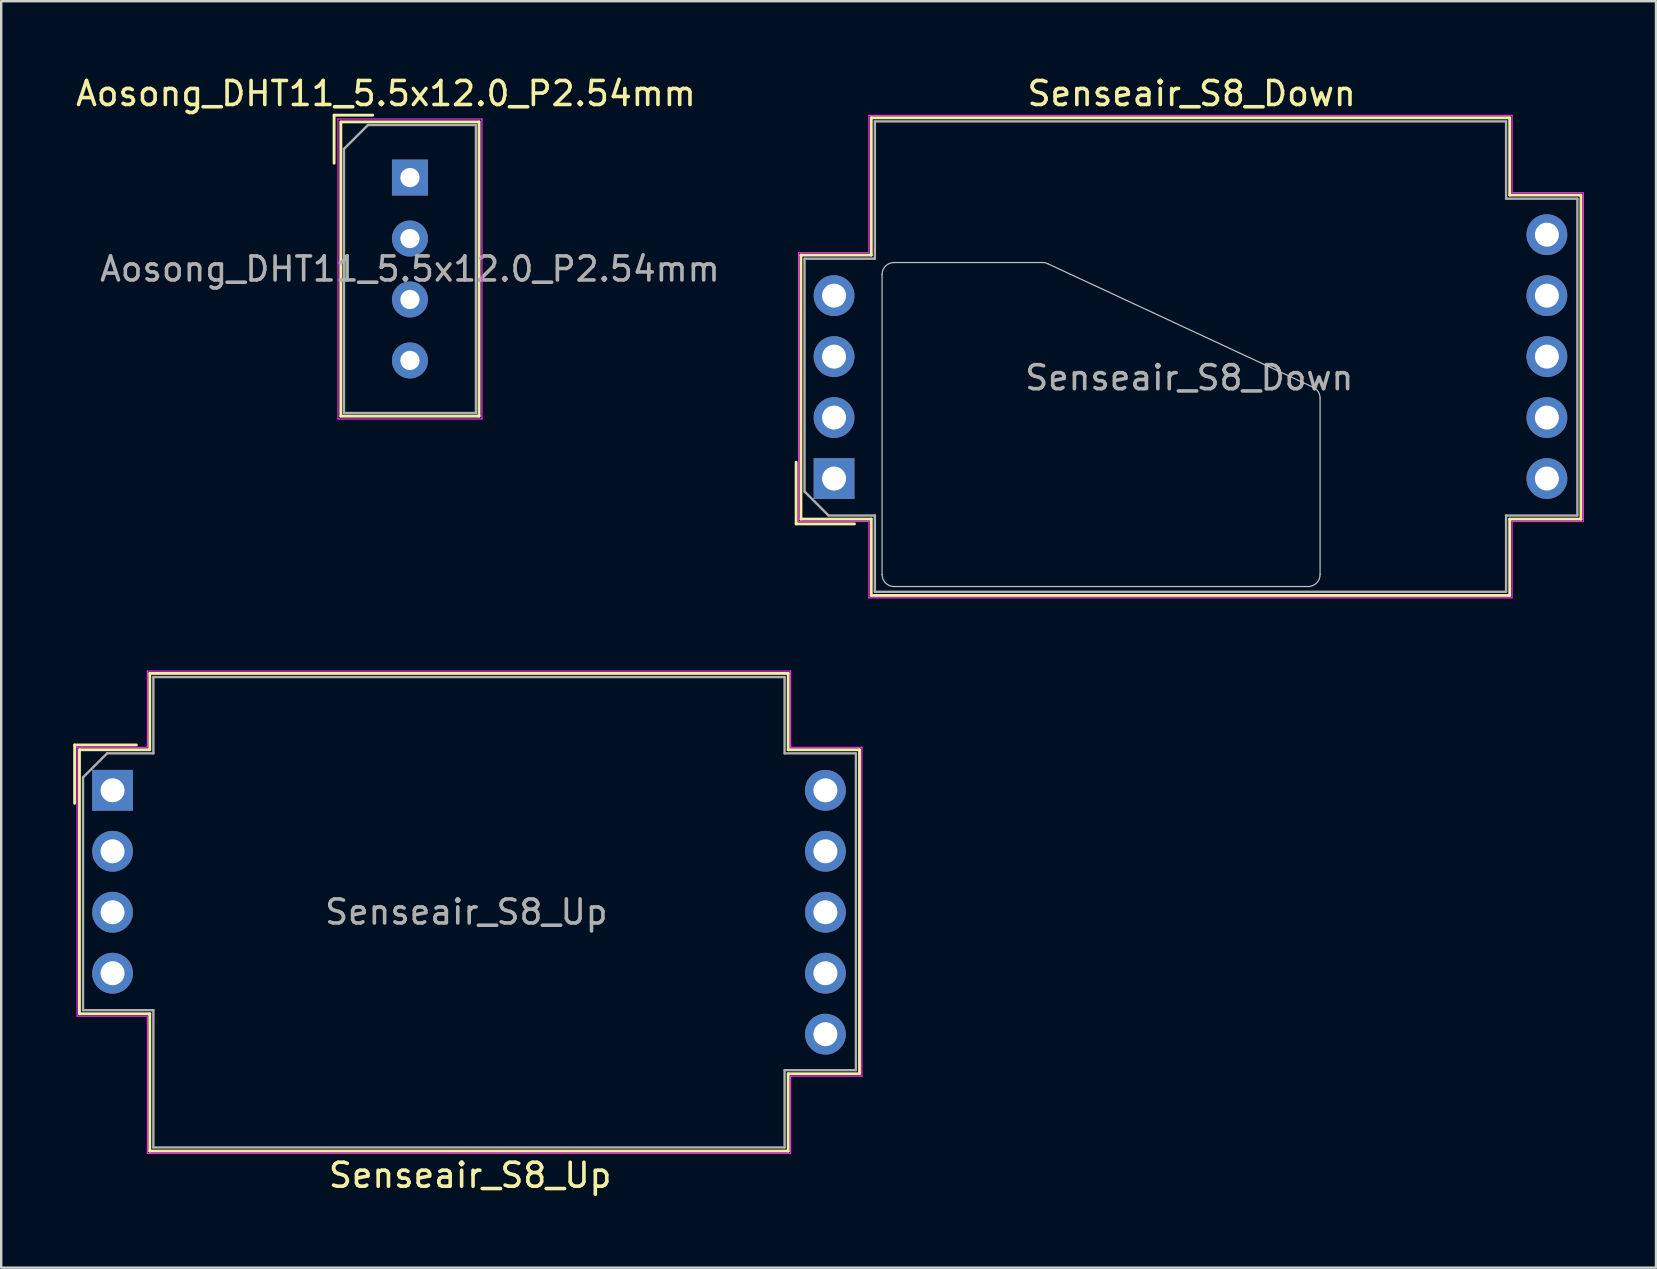
<source format=kicad_pcb>
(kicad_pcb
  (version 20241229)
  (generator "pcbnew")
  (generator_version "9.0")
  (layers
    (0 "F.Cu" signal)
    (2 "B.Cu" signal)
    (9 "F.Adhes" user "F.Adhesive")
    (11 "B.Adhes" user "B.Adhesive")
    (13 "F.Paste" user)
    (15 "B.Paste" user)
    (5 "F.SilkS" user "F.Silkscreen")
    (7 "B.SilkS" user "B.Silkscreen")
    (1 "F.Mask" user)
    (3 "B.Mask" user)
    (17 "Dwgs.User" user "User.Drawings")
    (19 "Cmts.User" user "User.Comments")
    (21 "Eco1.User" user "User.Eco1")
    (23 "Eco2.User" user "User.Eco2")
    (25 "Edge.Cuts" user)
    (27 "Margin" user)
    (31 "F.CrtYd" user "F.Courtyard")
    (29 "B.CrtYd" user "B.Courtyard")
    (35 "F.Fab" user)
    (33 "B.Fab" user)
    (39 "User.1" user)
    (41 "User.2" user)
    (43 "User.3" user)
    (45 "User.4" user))
  (footprint "Aosong_DHT11_5.5x12.0_P2.54mm"
    (layer "F.Cu")
    (at 14.03 4.348)
    (property "Reference" "Aosong_DHT11_5.5x12.0_P2.54mm" (at -1 -3.5 0) (layer "F.SilkS") (effects (font (size 1 1) (thickness 0.15))))
    (attr through_hole)
    (fp_line (start -3.16 -2.6) (end -3.16 -0.6) (stroke (width 0.12) (type solid)) (layer "F.SilkS"))
    (fp_line (start -3.16 -2.6) (end -1.55 -2.6) (stroke (width 0.12) (type solid)) (layer "F.SilkS"))
    (fp_line (start -2.88 9.94) (end -2.88 -2.31) (stroke (width 0.12) (type solid)) (layer "F.SilkS"))
    (fp_line (start -2.87 -2.32) (end 2.87 -2.32) (stroke (width 0.12) (type solid)) (layer "F.SilkS"))
    (fp_line (start 2.88 -2.32) (end 2.88 9.94) (stroke (width 0.12) (type solid)) (layer "F.SilkS"))
    (fp_line (start 2.88 9.94) (end -2.88 9.94) (stroke (width 0.12) (type solid)) (layer "F.SilkS"))
    (fp_line (start -3 -2.44) (end 3 -2.44) (stroke (width 0.05) (type solid)) (layer "F.CrtYd"))
    (fp_line (start -3 10.06) (end -3 -2.44) (stroke (width 0.05) (type solid)) (layer "F.CrtYd"))
    (fp_line (start 3 -2.44) (end 3 10.06) (stroke (width 0.05) (type solid)) (layer "F.CrtYd"))
    (fp_line (start 3 10.06) (end -3 10.06) (stroke (width 0.05) (type solid)) (layer "F.CrtYd"))
    (fp_line (start -2.75 -1.19) (end -2.75 9.81) (stroke (width 0.1) (type solid)) (layer "F.Fab"))
    (fp_line (start -2.75 -1.19) (end -1.75 -2.19) (stroke (width 0.1) (type solid)) (layer "F.Fab"))
    (fp_line (start -1.75 -2.19) (end 2.75 -2.19) (stroke (width 0.1) (type solid)) (layer "F.Fab"))
    (fp_line (start 2.75 -2.19) (end 2.75 9.81) (stroke (width 0.1) (type solid)) (layer "F.Fab"))
    (fp_line (start 2.75 9.81) (end -2.75 9.81) (stroke (width 0.1) (type solid)) (layer "F.Fab"))
    (fp_text user "${REFERENCE}" (at 0 3.81 0) (layer "F.Fab") (effects (font (size 1 1) (thickness 0.15))))
    (pad "1" thru_hole rect (at 0 0) (size 1.5 1.5) (drill 0.8) (layers "*.Cu" "*.Mask"))
    (pad "2" thru_hole circle (at 0 2.54) (size 1.5 1.5) (drill 0.8) (layers "*.Cu" "*.Mask"))
    (pad "3" thru_hole circle (at 0 5.08) (size 1.5 1.5) (drill 0.8) (layers "*.Cu" "*.Mask"))
    (pad "4" thru_hole circle (at 0 7.62) (size 1.5 1.5) (drill 0.8) (layers "*.Cu" "*.Mask")))
  (footprint "Senseair_S8_Down"
    (layer "F.Cu")
    (at 31.7 16.888)
    (property "Reference" "Senseair_S8_Down" (at 14.9 -16.04 180) (layer "F.SilkS") (effects (font (size 1 1) (thickness 0.15))))
    (attr through_hole)
    (fp_line (start -1.58 1.89) (end -1.58 -0.68) (stroke (width 0.12) (type solid)) (layer "F.SilkS"))
    (fp_line (start -1.38 -9.31) (end -1.38 1.69) (stroke (width 0.12) (type solid)) (layer "F.SilkS"))
    (fp_line (start 0.85 1.89) (end -1.58 1.89) (stroke (width 0.12) (type solid)) (layer "F.SilkS"))
    (fp_line (start 1.55 -9.31) (end -1.38 -9.31) (stroke (width 0.12) (type solid)) (layer "F.SilkS"))
    (fp_line (start 1.55 -9.31) (end 1.55 -15.03) (stroke (width 0.12) (type solid)) (layer "F.SilkS"))
    (fp_line (start 1.55 1.69) (end -1.38 1.69) (stroke (width 0.12) (type solid)) (layer "F.SilkS"))
    (fp_line (start 1.55 4.87) (end 1.55 1.69) (stroke (width 0.12) (type solid)) (layer "F.SilkS"))
    (fp_line (start 1.55 4.87) (end 28.15 4.87) (stroke (width 0.12) (type solid)) (layer "F.SilkS"))
    (fp_line (start 28.15 -15.03) (end 1.55 -15.03) (stroke (width 0.12) (type solid)) (layer "F.SilkS"))
    (fp_line (start 28.15 -15.03) (end 28.15 -11.81) (stroke (width 0.12) (type solid)) (layer "F.SilkS"))
    (fp_line (start 28.15 1.69) (end 28.15 4.87) (stroke (width 0.12) (type solid)) (layer "F.SilkS"))
    (fp_line (start 31.12 -11.81) (end 28.15 -11.81) (stroke (width 0.12) (type solid)) (layer "F.SilkS"))
    (fp_line (start 31.12 -11.81) (end 31.12 1.69) (stroke (width 0.12) (type solid)) (layer "F.SilkS"))
    (fp_line (start 31.12 1.69) (end 28.15 1.69) (stroke (width 0.12) (type solid)) (layer "F.SilkS"))
    (fp_line (start 2 -8.5) (end 2 4) (stroke (width 0.05) (type solid)) (layer "Dwgs.User"))
    (fp_line (start 2.5 4.5) (end 19.75 4.5) (stroke (width 0.05) (type solid)) (layer "Dwgs.User"))
    (fp_line (start 8.7 -9) (end 2.5 -9) (stroke (width 0.05) (type solid)) (layer "Dwgs.User"))
    (fp_line (start 19.961 -3.803) (end 8.925 -8.94) (stroke (width 0.05) (type solid)) (layer "Dwgs.User"))
    (fp_line (start 20.25 4) (end 20.25 -3.35) (stroke (width 0.05) (type solid)) (layer "Dwgs.User"))
    (fp_arc (start 2 -8.5) (mid 2.146447 -8.853553) (end 2.5 -9) (stroke (width 0.05) (type solid)) (layer "Dwgs.User"))
    (fp_arc (start 2.5 4.5) (mid 2.146447 4.353553) (end 2 4) (stroke (width 0.05) (type solid)) (layer "Dwgs.User"))
    (fp_arc (start 8.7 -9) (mid 8.816469 -8.984667) (end 8.925 -8.939711) (stroke (width 0.05) (type solid)) (layer "Dwgs.User"))
    (fp_arc (start 19.961309 -3.803154) (mid 20.171696 -3.61865) (end 20.25 -3.35) (stroke (width 0.05) (type solid)) (layer "Dwgs.User"))
    (fp_arc (start 20.25 4) (mid 20.103553 4.353553) (end 19.75 4.5) (stroke (width 0.05) (type solid)) (layer "Dwgs.User"))
    (fp_line (start -1.48 -9.41) (end -1.48 1.79) (stroke (width 0.05) (type solid)) (layer "F.CrtYd"))
    (fp_line (start 1.45 -9.41) (end -1.48 -9.41) (stroke (width 0.05) (type solid)) (layer "F.CrtYd"))
    (fp_line (start 1.45 -9.41) (end 1.45 -15.13) (stroke (width 0.05) (type solid)) (layer "F.CrtYd"))
    (fp_line (start 1.45 1.79) (end -1.48 1.79) (stroke (width 0.05) (type solid)) (layer "F.CrtYd"))
    (fp_line (start 1.45 4.97) (end 1.45 1.79) (stroke (width 0.05) (type solid)) (layer "F.CrtYd"))
    (fp_line (start 1.45 4.97) (end 28.25 4.97) (stroke (width 0.05) (type solid)) (layer "F.CrtYd"))
    (fp_line (start 28.25 -15.13) (end 1.45 -15.13) (stroke (width 0.05) (type solid)) (layer "F.CrtYd"))
    (fp_line (start 28.25 -15.13) (end 28.25 -11.91) (stroke (width 0.05) (type solid)) (layer "F.CrtYd"))
    (fp_line (start 28.25 1.79) (end 28.25 4.97) (stroke (width 0.05) (type solid)) (layer "F.CrtYd"))
    (fp_line (start 31.22 -11.91) (end 28.25 -11.91) (stroke (width 0.05) (type solid)) (layer "F.CrtYd"))
    (fp_line (start 31.22 -11.91) (end 31.22 1.79) (stroke (width 0.05) (type solid)) (layer "F.CrtYd"))
    (fp_line (start 31.22 1.79) (end 28.25 1.79) (stroke (width 0.05) (type solid)) (layer "F.CrtYd"))
    (fp_line (start -1.23 -9.16) (end -1.23 0.54) (stroke (width 0.1) (type solid)) (layer "F.Fab"))
    (fp_line (start -1.23 0.54) (end -0.23 1.54) (stroke (width 0.1) (type solid)) (layer "F.Fab"))
    (fp_line (start 1.7 -9.16) (end -1.23 -9.16) (stroke (width 0.1) (type solid)) (layer "F.Fab"))
    (fp_line (start 1.7 -9.16) (end 1.7 -14.88) (stroke (width 0.1) (type solid)) (layer "F.Fab"))
    (fp_line (start 1.7 1.54) (end -0.23 1.54) (stroke (width 0.1) (type solid)) (layer "F.Fab"))
    (fp_line (start 1.7 4.72) (end 1.7 1.54) (stroke (width 0.1) (type solid)) (layer "F.Fab"))
    (fp_line (start 1.7 4.72) (end 28 4.72) (stroke (width 0.1) (type solid)) (layer "F.Fab"))
    (fp_line (start 28 -14.88) (end 1.7 -14.88) (stroke (width 0.1) (type solid)) (layer "F.Fab"))
    (fp_line (start 28 -14.88) (end 28 -11.66) (stroke (width 0.1) (type solid)) (layer "F.Fab"))
    (fp_line (start 28 1.54) (end 28 4.72) (stroke (width 0.1) (type solid)) (layer "F.Fab"))
    (fp_line (start 30.97 -11.66) (end 28 -11.66) (stroke (width 0.1) (type solid)) (layer "F.Fab"))
    (fp_line (start 30.97 -11.66) (end 30.97 1.54) (stroke (width 0.1) (type solid)) (layer "F.Fab"))
    (fp_line (start 30.97 1.54) (end 28 1.54) (stroke (width 0.1) (type solid)) (layer "F.Fab"))
    (fp_text user "${REFERENCE}" (at 14.8 -4.2 0) (layer "F.Fab") (effects (font (size 1 1) (thickness 0.15))))
    (pad "1" thru_hole rect (at 0 0) (size 1.7 1.7) (drill 1) (layers "*.Cu" "*.Mask"))
    (pad "2" thru_hole circle (at 0 -2.54) (size 1.7 1.7) (drill 1) (layers "*.Cu" "*.Mask"))
    (pad "3" thru_hole circle (at 0 -5.08) (size 1.7 1.7) (drill 1) (layers "*.Cu" "*.Mask"))
    (pad "4" thru_hole circle (at 0 -7.62) (size 1.7 1.7) (drill 1) (layers "*.Cu" "*.Mask"))
    (pad "5" thru_hole circle (at 29.7 -10.16) (size 1.7 1.7) (drill 1) (layers "*.Cu" "*.Mask"))
    (pad "6" thru_hole circle (at 29.7 -7.62) (size 1.7 1.7) (drill 1) (layers "*.Cu" "*.Mask"))
    (pad "7" thru_hole circle (at 29.7 -5.08) (size 1.7 1.7) (drill 1) (layers "*.Cu" "*.Mask"))
    (pad "8" thru_hole circle (at 29.7 -2.54) (size 1.7 1.7) (drill 1) (layers "*.Cu" "*.Mask"))
    (pad "9" thru_hole circle (at 29.7 0) (size 1.7 1.7) (drill 1) (layers "*.Cu" "*.Mask")))
  (footprint "Senseair_S8_Up"
    (layer "F.Cu")
    (at 1.64 29.878)
    (property "Reference" "Senseair_S8_Up" (at 14.9 16.04 0) (layer "F.SilkS") (effects (font (size 1 1) (thickness 0.15))))
    (attr through_hole)
    (fp_line (start -1.58 -1.89) (end 0.99 -1.89) (stroke (width 0.12) (type solid)) (layer "F.SilkS"))
    (fp_line (start -1.58 0.54) (end -1.58 -1.89) (stroke (width 0.12) (type solid)) (layer "F.SilkS"))
    (fp_line (start -1.38 9.31) (end -1.38 -1.69) (stroke (width 0.12) (type solid)) (layer "F.SilkS"))
    (fp_line (start 1.55 -4.87) (end 1.55 -1.69) (stroke (width 0.12) (type solid)) (layer "F.SilkS"))
    (fp_line (start 1.55 -4.87) (end 28.15 -4.87) (stroke (width 0.12) (type solid)) (layer "F.SilkS"))
    (fp_line (start 1.55 -1.69) (end -1.38 -1.69) (stroke (width 0.12) (type solid)) (layer "F.SilkS"))
    (fp_line (start 1.55 9.31) (end -1.38 9.31) (stroke (width 0.12) (type solid)) (layer "F.SilkS"))
    (fp_line (start 1.55 9.31) (end 1.55 15.03) (stroke (width 0.12) (type solid)) (layer "F.SilkS"))
    (fp_line (start 28.15 -1.69) (end 28.15 -4.87) (stroke (width 0.12) (type solid)) (layer "F.SilkS"))
    (fp_line (start 28.15 15.03) (end 1.55 15.03) (stroke (width 0.12) (type solid)) (layer "F.SilkS"))
    (fp_line (start 28.15 15.03) (end 28.15 11.81) (stroke (width 0.12) (type solid)) (layer "F.SilkS"))
    (fp_line (start 31.12 -1.69) (end 28.15 -1.69) (stroke (width 0.12) (type solid)) (layer "F.SilkS"))
    (fp_line (start 31.12 11.81) (end 28.15 11.81) (stroke (width 0.12) (type solid)) (layer "F.SilkS"))
    (fp_line (start 31.12 11.81) (end 31.12 -1.69) (stroke (width 0.12) (type solid)) (layer "F.SilkS"))
    (fp_line (start -1.48 9.41) (end -1.48 -1.79) (stroke (width 0.05) (type solid)) (layer "F.CrtYd"))
    (fp_line (start 1.45 -4.97) (end 1.45 -1.79) (stroke (width 0.05) (type solid)) (layer "F.CrtYd"))
    (fp_line (start 1.45 -4.97) (end 28.25 -4.97) (stroke (width 0.05) (type solid)) (layer "F.CrtYd"))
    (fp_line (start 1.45 -1.79) (end -1.48 -1.79) (stroke (width 0.05) (type solid)) (layer "F.CrtYd"))
    (fp_line (start 1.45 9.41) (end -1.48 9.41) (stroke (width 0.05) (type solid)) (layer "F.CrtYd"))
    (fp_line (start 1.45 9.41) (end 1.45 15.13) (stroke (width 0.05) (type solid)) (layer "F.CrtYd"))
    (fp_line (start 28.25 -1.79) (end 28.25 -4.97) (stroke (width 0.05) (type solid)) (layer "F.CrtYd"))
    (fp_line (start 28.25 15.13) (end 1.45 15.13) (stroke (width 0.05) (type solid)) (layer "F.CrtYd"))
    (fp_line (start 28.25 15.13) (end 28.25 11.91) (stroke (width 0.05) (type solid)) (layer "F.CrtYd"))
    (fp_line (start 31.22 -1.79) (end 28.25 -1.79) (stroke (width 0.05) (type solid)) (layer "F.CrtYd"))
    (fp_line (start 31.22 11.91) (end 28.25 11.91) (stroke (width 0.05) (type solid)) (layer "F.CrtYd"))
    (fp_line (start 31.22 11.91) (end 31.22 -1.79) (stroke (width 0.05) (type solid)) (layer "F.CrtYd"))
    (fp_line (start -1.23 -0.54) (end -0.23 -1.54) (stroke (width 0.1) (type solid)) (layer "F.Fab"))
    (fp_line (start -1.23 9.16) (end -1.23 -0.54) (stroke (width 0.1) (type solid)) (layer "F.Fab"))
    (fp_line (start 1.7 -4.72) (end 1.7 -1.54) (stroke (width 0.1) (type solid)) (layer "F.Fab"))
    (fp_line (start 1.7 -4.72) (end 28 -4.72) (stroke (width 0.1) (type solid)) (layer "F.Fab"))
    (fp_line (start 1.7 -1.54) (end -0.23 -1.54) (stroke (width 0.1) (type solid)) (layer "F.Fab"))
    (fp_line (start 1.7 9.16) (end -1.23 9.16) (stroke (width 0.1) (type solid)) (layer "F.Fab"))
    (fp_line (start 1.7 9.16) (end 1.7 14.88) (stroke (width 0.1) (type solid)) (layer "F.Fab"))
    (fp_line (start 28 -1.54) (end 28 -4.72) (stroke (width 0.1) (type solid)) (layer "F.Fab"))
    (fp_line (start 28 14.88) (end 1.7 14.88) (stroke (width 0.1) (type solid)) (layer "F.Fab"))
    (fp_line (start 28 14.88) (end 28 11.66) (stroke (width 0.1) (type solid)) (layer "F.Fab"))
    (fp_line (start 30.97 -1.54) (end 28 -1.54) (stroke (width 0.1) (type solid)) (layer "F.Fab"))
    (fp_line (start 30.97 11.66) (end 28 11.66) (stroke (width 0.1) (type solid)) (layer "F.Fab"))
    (fp_line (start 30.97 11.66) (end 30.97 -1.54) (stroke (width 0.1) (type solid)) (layer "F.Fab"))
    (fp_text user "${REFERENCE}" (at 14.74 5.07 180) (layer "F.Fab") (effects (font (size 1 1) (thickness 0.15))))
    (pad "1" thru_hole rect (at 0 0 180) (size 1.7 1.7) (drill 1) (layers "*.Cu" "*.Mask"))
    (pad "2" thru_hole circle (at 0 2.54 180) (size 1.7 1.7) (drill 1) (layers "*.Cu" "*.Mask"))
    (pad "3" thru_hole circle (at 0 5.08 180) (size 1.7 1.7) (drill 1) (layers "*.Cu" "*.Mask"))
    (pad "4" thru_hole circle (at 0 7.62 180) (size 1.7 1.7) (drill 1) (layers "*.Cu" "*.Mask"))
    (pad "5" thru_hole circle (at 29.7 10.16 180) (size 1.7 1.7) (drill 1) (layers "*.Cu" "*.Mask"))
    (pad "6" thru_hole circle (at 29.7 7.62 180) (size 1.7 1.7) (drill 1) (layers "*.Cu" "*.Mask"))
    (pad "7" thru_hole circle (at 29.7 5.08 180) (size 1.7 1.7) (drill 1) (layers "*.Cu" "*.Mask"))
    (pad "8" thru_hole circle (at 29.7 2.54 180) (size 1.7 1.7) (drill 1) (layers "*.Cu" "*.Mask"))
    (pad "9" thru_hole circle (at 29.7 0 180) (size 1.7 1.7) (drill 1) (layers "*.Cu" "*.Mask")))
  (gr_rect
    (start -3 -3)
    (end 65.945 49.767)
    (stroke (width 0.1) (type default))
    (fill no)
    (layer "Edge.Cuts")))
</source>
